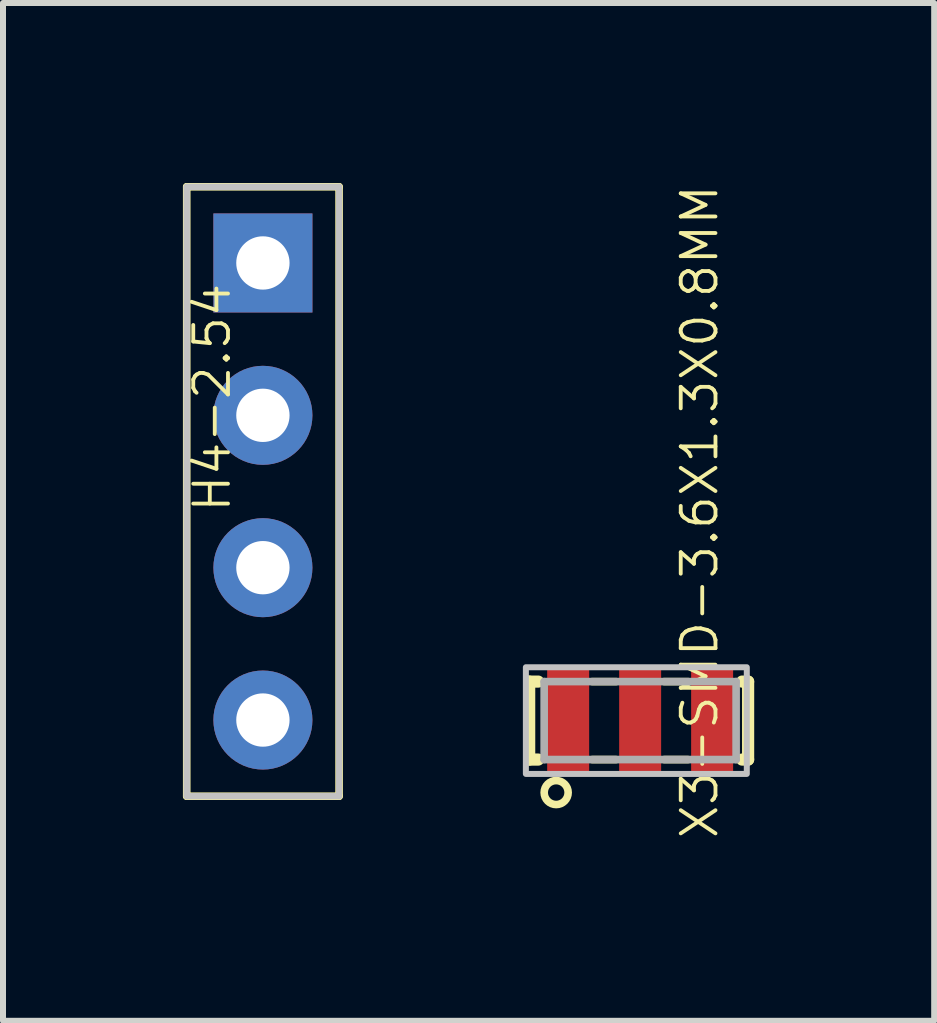
<source format=kicad_pcb>
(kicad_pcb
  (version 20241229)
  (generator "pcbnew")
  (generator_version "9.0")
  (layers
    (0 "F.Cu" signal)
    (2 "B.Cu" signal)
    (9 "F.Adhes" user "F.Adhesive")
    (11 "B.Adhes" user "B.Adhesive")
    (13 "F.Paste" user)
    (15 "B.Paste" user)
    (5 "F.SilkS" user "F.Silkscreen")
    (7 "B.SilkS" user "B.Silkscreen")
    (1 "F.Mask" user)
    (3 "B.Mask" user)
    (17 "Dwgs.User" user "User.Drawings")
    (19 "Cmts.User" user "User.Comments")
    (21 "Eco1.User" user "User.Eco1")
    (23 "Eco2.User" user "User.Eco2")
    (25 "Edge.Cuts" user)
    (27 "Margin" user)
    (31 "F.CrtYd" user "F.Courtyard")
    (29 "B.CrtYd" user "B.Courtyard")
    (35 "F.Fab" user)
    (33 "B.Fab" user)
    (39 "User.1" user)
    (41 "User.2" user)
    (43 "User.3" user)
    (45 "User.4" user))
  (footprint "H4-2.54"
    (layer "F.Cu")
    (at 1.333 5.144)
    (property "Reference" "H4-2.54" (at -0.508 0.381 90) (layer "F.SilkS") (effects (font (size 0.579 0.579) (thickness 0.064)) (justify left bottom)))
    (attr through_hole)
    (fp_line (start -1.27 -5.08) (end 1.27 -5.08) (stroke (width 0.127) (type solid)) (layer "F.SilkS"))
    (fp_line (start -1.27 5.08) (end -1.27 -5.08) (stroke (width 0.127) (type solid)) (layer "F.SilkS"))
    (fp_line (start 1.27 -5.08) (end 1.27 5.08) (stroke (width 0.127) (type solid)) (layer "F.SilkS"))
    (fp_line (start 1.27 5.08) (end -1.27 5.08) (stroke (width 0.127) (type solid)) (layer "F.SilkS"))
    (fp_line (start -1.27 -5.08) (end 1.27 -5.08) (stroke (width 0.1) (type solid)) (layer "Dwgs.User"))
    (fp_line (start -1.27 5.08) (end -1.27 -5.08) (stroke (width 0.1) (type solid)) (layer "Dwgs.User"))
    (fp_line (start 1.27 -5.08) (end 1.27 5.08) (stroke (width 0.1) (type solid)) (layer "Dwgs.User"))
    (fp_line (start 1.27 5.08) (end -1.27 5.08) (stroke (width 0.1) (type solid)) (layer "Dwgs.User"))
    (fp_poly (pts (xy -1.27 5.08) (xy 1.27 5.08) (xy 1.27 -5.08) (xy -1.27 -5.08)) (stroke (width 0.1) (type solid)) (fill no) (layer "Dwgs.User"))
    (pad "1" thru_hole rect (at 0 -3.81) (size 1.651 1.651) (drill 0.889) (layers "*.Cu" "*.Mask"))
    (pad "2" thru_hole circle (at 0 -1.27) (size 1.651 1.651) (drill 0.889) (layers "*.Cu" "*.Mask"))
    (pad "3" thru_hole circle (at 0 1.27) (size 1.651 1.651) (drill 0.889) (layers "*.Cu" "*.Mask"))
    (pad "4" thru_hole circle (at 0 3.81) (size 1.651 1.651) (drill 0.889) (layers "*.Cu" "*.Mask")))
  (footprint "X3-SMD-3.6X1.3X0.8MM"
    (layer "F.Cu")
    (at 7.622 8.963)
    (property "Reference" "X3-SMD-3.6X1.3X0.8MM" (at 1.33 2.005 270) (layer "F.SilkS") (effects (font (size 0.579 0.579) (thickness 0.064)) (justify left bottom)))
    (attr through_hole)
    (fp_line (start -1.85 -0.65) (end -1.7 -0.65) (stroke (width 0.203) (type solid)) (layer "F.SilkS"))
    (fp_line (start -1.85 0.65) (end -1.85 -0.65) (stroke (width 0.203) (type solid)) (layer "F.SilkS"))
    (fp_line (start -1.7 0.65) (end -1.85 0.65) (stroke (width 0.203) (type solid)) (layer "F.SilkS"))
    (fp_line (start -0.8 -0.65) (end -0.4 -0.65) (stroke (width 0.127) (type solid)) (layer "F.SilkS"))
    (fp_line (start -0.8 0.65) (end -0.4 0.65) (stroke (width 0.127) (type solid)) (layer "F.SilkS"))
    (fp_line (start 0.4 -0.65) (end 0.8 -0.65) (stroke (width 0.127) (type solid)) (layer "F.SilkS"))
    (fp_line (start 0.4 0.65) (end 0.8 0.65) (stroke (width 0.127) (type solid)) (layer "F.SilkS"))
    (fp_line (start 1.7 -0.65) (end 1.8 -0.65) (stroke (width 0.203) (type solid)) (layer "F.SilkS"))
    (fp_line (start 1.8 -0.65) (end 1.8 0.65) (stroke (width 0.203) (type solid)) (layer "F.SilkS"))
    (fp_line (start 1.8 0.65) (end 1.7 0.65) (stroke (width 0.203) (type solid)) (layer "F.SilkS"))
    (fp_circle (center -1.4 1.2) (end -1.2 1.2) (stroke (width 0.127) (type solid)) (fill no) (layer "F.SilkS"))
    (fp_poly (pts (xy -1.905 0.889) (xy 1.778 0.889) (xy 1.778 -0.889) (xy -1.905 -0.889)) (stroke (width 0.1) (type solid)) (fill no) (layer "Dwgs.User"))
    (fp_line (start -1.6 -0.65) (end 1.6 -0.65) (stroke (width 0.127) (type solid)) (layer "F.Fab"))
    (fp_line (start -1.6 0.65) (end -1.6 -0.65) (stroke (width 0.127) (type solid)) (layer "F.Fab"))
    (fp_line (start 1.6 -0.65) (end 1.6 0.65) (stroke (width 0.127) (type solid)) (layer "F.Fab"))
    (fp_line (start 1.6 0.65) (end -1.6 0.65) (stroke (width 0.127) (type solid)) (layer "F.Fab"))
    (pad "1" smd rect (at -1.2 0) (size 0.7 1.7) (layers "F.Cu" "F.Mask" "F.Paste"))
    (pad "2" smd rect (at 0 0) (size 0.7 1.7) (layers "F.Cu" "F.Mask" "F.Paste"))
    (pad "3" smd rect (at 1.2 0) (size 0.7 1.7) (layers "F.Cu" "F.Mask" "F.Paste")))
  (gr_rect
    (start -3 -3)
    (end 12.524 13.968)
    (stroke (width 0.1) (type default))
    (fill no)
    (layer "Edge.Cuts")))
</source>
